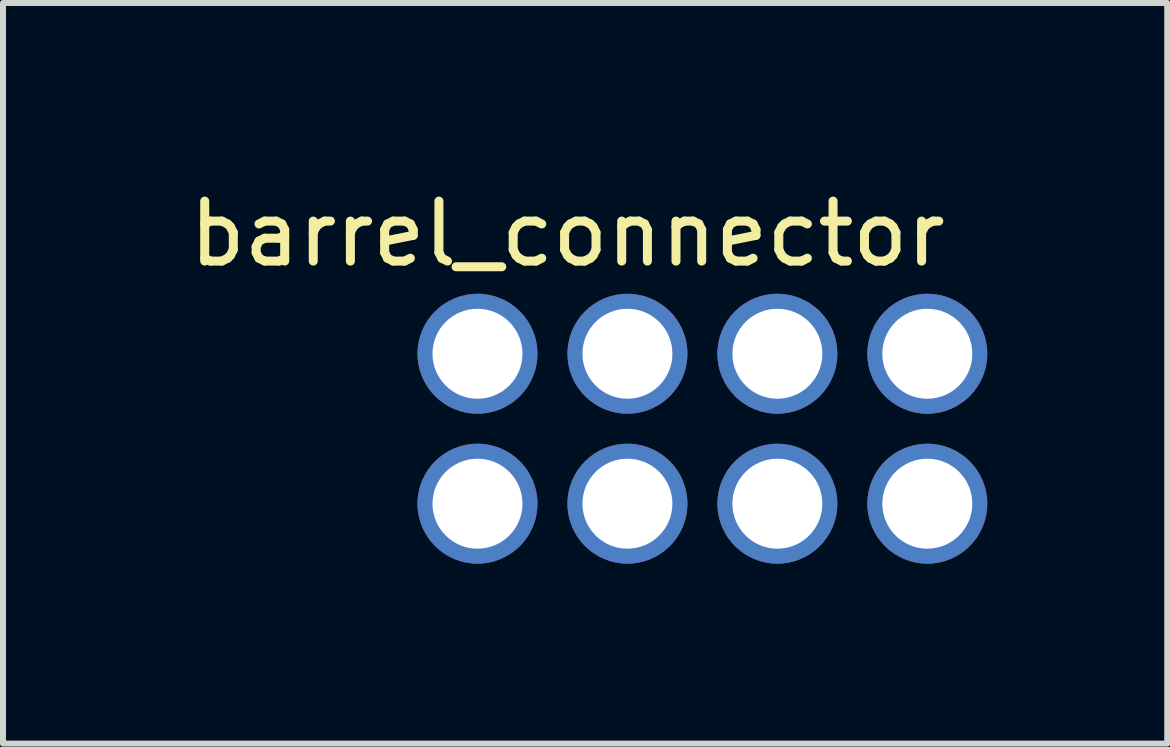
<source format=kicad_pcb>
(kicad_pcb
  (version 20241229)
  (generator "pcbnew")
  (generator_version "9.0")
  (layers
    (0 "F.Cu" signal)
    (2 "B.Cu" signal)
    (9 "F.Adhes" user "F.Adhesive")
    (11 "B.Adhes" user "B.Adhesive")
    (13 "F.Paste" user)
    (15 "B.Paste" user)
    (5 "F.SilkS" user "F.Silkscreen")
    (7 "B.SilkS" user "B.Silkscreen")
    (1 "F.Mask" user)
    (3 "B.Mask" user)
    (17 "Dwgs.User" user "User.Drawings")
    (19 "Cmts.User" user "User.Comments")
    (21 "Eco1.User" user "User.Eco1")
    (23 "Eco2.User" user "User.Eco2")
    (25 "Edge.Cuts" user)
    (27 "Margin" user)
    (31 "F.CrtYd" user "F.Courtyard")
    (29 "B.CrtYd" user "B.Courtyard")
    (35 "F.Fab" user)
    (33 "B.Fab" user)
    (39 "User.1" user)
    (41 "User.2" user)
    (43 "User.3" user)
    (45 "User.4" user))
  (footprint "barrel_connector"
    (layer "F.Cu")
    (at 6.411 0.348)
    (property "Reference" "barrel_connector" (at 0 0.5 0) (layer "F.SilkS") (effects (font (size 1 1) (thickness 0.15))))
    (attr through_hole)
    (pad "1" thru_hole circle (at -1.5 2.5) (size 2 2) (drill 1.5) (layers "*.Mask" "F.Cu"))
    (pad "2" thru_hole circle (at 1 2.5) (size 2 2) (drill 1.5) (layers "*.Mask" "F.Cu"))
    (pad "3" thru_hole circle (at 3.5 2.5) (size 2 2) (drill 1.5) (layers "*.Mask" "F.Cu"))
    (pad "4" thru_hole circle (at 6 2.5) (size 2 2) (drill 1.5) (layers "*.Mask" "F.Cu"))
    (pad "5" thru_hole circle (at -1.5 5) (size 2 2) (drill 1.5) (layers "*.Mask" "F.Cu"))
    (pad "6" thru_hole circle (at 1 5) (size 2 2) (drill 1.5) (layers "*.Mask" "F.Cu"))
    (pad "7" thru_hole circle (at 3.5 5) (size 2 2) (drill 1.5) (layers "*.Mask" "F.Cu"))
    (pad "8" thru_hole circle (at 6 5) (size 2 2) (drill 1.5) (layers "*.Mask" "F.Cu")))
  (gr_rect
    (start -3 -3)
    (end 16.411 9.348)
    (stroke (width 0.1) (type default))
    (fill no)
    (layer "Edge.Cuts")))
</source>
